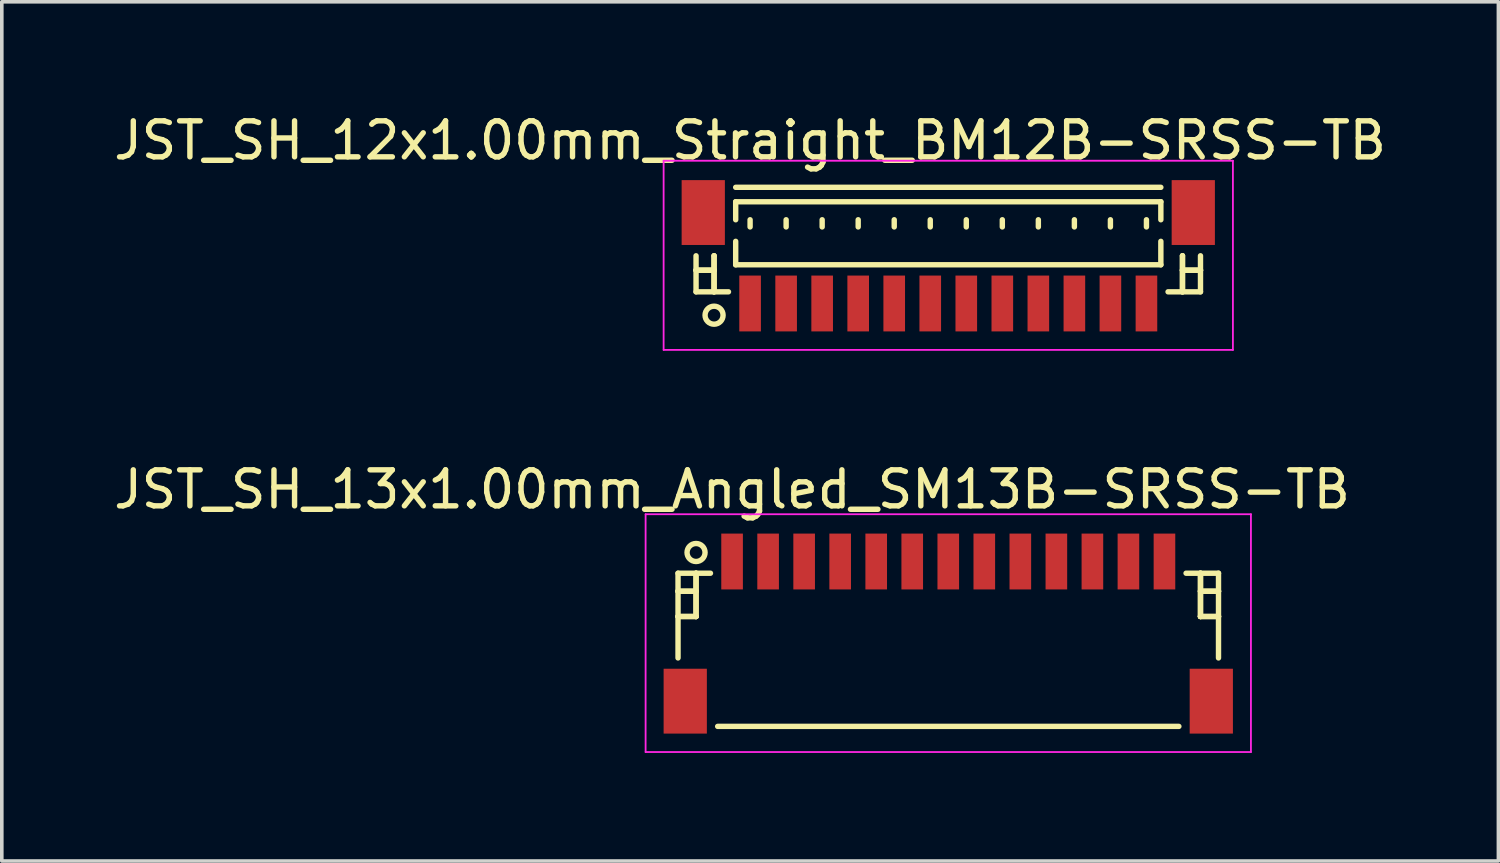
<source format=kicad_pcb>
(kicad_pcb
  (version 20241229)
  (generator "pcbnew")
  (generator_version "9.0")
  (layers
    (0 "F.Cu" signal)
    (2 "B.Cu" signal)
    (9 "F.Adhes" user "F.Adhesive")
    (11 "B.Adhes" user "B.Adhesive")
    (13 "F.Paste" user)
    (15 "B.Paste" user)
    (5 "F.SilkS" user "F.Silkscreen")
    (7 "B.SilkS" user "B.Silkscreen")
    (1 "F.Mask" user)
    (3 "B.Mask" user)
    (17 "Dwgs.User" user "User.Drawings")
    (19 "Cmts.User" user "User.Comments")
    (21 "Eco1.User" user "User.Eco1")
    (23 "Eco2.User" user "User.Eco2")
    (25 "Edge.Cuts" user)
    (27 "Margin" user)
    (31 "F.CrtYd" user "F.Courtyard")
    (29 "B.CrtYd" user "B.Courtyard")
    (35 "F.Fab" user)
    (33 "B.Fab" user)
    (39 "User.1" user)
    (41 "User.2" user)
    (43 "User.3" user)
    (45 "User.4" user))
  (footprint "JST_SH_12x1.00mm_Straight_BM12B-SRSS-TB"
    (layer "F.Cu")
    (at 23.268 4.111)
    (property "Reference" "JST_SH_12x1.00mm_Straight_BM12B-SRSS-TB" (at -5.5 -3.263 0) (layer "F.SilkS") (effects (font (size 1 1) (thickness 0.15))))
    (attr smd)
    (fp_line (start -7 -0.062) (end -7 0.938) (stroke (width 0.15) (type solid)) (layer "F.SilkS"))
    (fp_line (start -7 0.338) (end -7 0.338) (stroke (width 0.15) (type solid)) (layer "F.SilkS"))
    (fp_line (start -7 0.338) (end -6.5 0.338) (stroke (width 0.15) (type solid)) (layer "F.SilkS"))
    (fp_line (start -7 0.938) (end -6.1 0.938) (stroke (width 0.15) (type solid)) (layer "F.SilkS"))
    (fp_line (start -6.5 -0.062) (end -6.5 -0.062) (stroke (width 0.15) (type solid)) (layer "F.SilkS"))
    (fp_line (start -6.5 -0.062) (end -6.5 0.938) (stroke (width 0.15) (type solid)) (layer "F.SilkS"))
    (fp_line (start -6.5 0.338) (end -7 0.338) (stroke (width 0.15) (type solid)) (layer "F.SilkS"))
    (fp_line (start -6.5 0.338) (end -6.5 0.338) (stroke (width 0.15) (type solid)) (layer "F.SilkS"))
    (fp_line (start -6.5 0.938) (end -6.5 -0.062) (stroke (width 0.15) (type solid)) (layer "F.SilkS"))
    (fp_line (start -6.5 0.938) (end -6.5 0.938) (stroke (width 0.15) (type solid)) (layer "F.SilkS"))
    (fp_line (start -5.9 -1.962) (end 5.9 -1.962) (stroke (width 0.15) (type solid)) (layer "F.SilkS"))
    (fp_line (start -5.9 -1.562) (end 5.9 -1.562) (stroke (width 0.15) (type solid)) (layer "F.SilkS"))
    (fp_line (start -5.9 -1.062) (end -5.9 -1.562) (stroke (width 0.15) (type solid)) (layer "F.SilkS"))
    (fp_line (start -5.9 -0.463) (end -5.9 0.188) (stroke (width 0.15) (type solid)) (layer "F.SilkS"))
    (fp_line (start -5.9 0.188) (end 5.9 0.188) (stroke (width 0.15) (type solid)) (layer "F.SilkS"))
    (fp_line (start -5.5 -1.062) (end -5.5 -0.863) (stroke (width 0.15) (type solid)) (layer "F.SilkS"))
    (fp_line (start -4.5 -1.062) (end -4.5 -0.863) (stroke (width 0.15) (type solid)) (layer "F.SilkS"))
    (fp_line (start -3.5 -1.062) (end -3.5 -0.863) (stroke (width 0.15) (type solid)) (layer "F.SilkS"))
    (fp_line (start -2.5 -1.062) (end -2.5 -0.863) (stroke (width 0.15) (type solid)) (layer "F.SilkS"))
    (fp_line (start -1.5 -1.062) (end -1.5 -0.863) (stroke (width 0.15) (type solid)) (layer "F.SilkS"))
    (fp_line (start -0.5 -1.062) (end -0.5 -0.863) (stroke (width 0.15) (type solid)) (layer "F.SilkS"))
    (fp_line (start 0.5 -1.062) (end 0.5 -0.863) (stroke (width 0.15) (type solid)) (layer "F.SilkS"))
    (fp_line (start 1.5 -1.062) (end 1.5 -0.863) (stroke (width 0.15) (type solid)) (layer "F.SilkS"))
    (fp_line (start 2.5 -1.062) (end 2.5 -0.863) (stroke (width 0.15) (type solid)) (layer "F.SilkS"))
    (fp_line (start 3.5 -1.062) (end 3.5 -0.863) (stroke (width 0.15) (type solid)) (layer "F.SilkS"))
    (fp_line (start 4.5 -1.062) (end 4.5 -0.863) (stroke (width 0.15) (type solid)) (layer "F.SilkS"))
    (fp_line (start 5.5 -1.062) (end 5.5 -0.863) (stroke (width 0.15) (type solid)) (layer "F.SilkS"))
    (fp_line (start 5.9 -1.562) (end 5.9 -1.062) (stroke (width 0.15) (type solid)) (layer "F.SilkS"))
    (fp_line (start 5.9 0.188) (end 5.9 -0.463) (stroke (width 0.15) (type solid)) (layer "F.SilkS"))
    (fp_line (start 6.5 -0.062) (end 6.5 -0.062) (stroke (width 0.15) (type solid)) (layer "F.SilkS"))
    (fp_line (start 6.5 -0.062) (end 6.5 0.938) (stroke (width 0.15) (type solid)) (layer "F.SilkS"))
    (fp_line (start 6.5 0.338) (end 6.5 0.338) (stroke (width 0.15) (type solid)) (layer "F.SilkS"))
    (fp_line (start 6.5 0.338) (end 7 0.338) (stroke (width 0.15) (type solid)) (layer "F.SilkS"))
    (fp_line (start 6.5 0.938) (end 6.5 -0.062) (stroke (width 0.15) (type solid)) (layer "F.SilkS"))
    (fp_line (start 6.5 0.938) (end 6.5 0.938) (stroke (width 0.15) (type solid)) (layer "F.SilkS"))
    (fp_line (start 7 -0.062) (end 7 0.938) (stroke (width 0.15) (type solid)) (layer "F.SilkS"))
    (fp_line (start 7 0.338) (end 6.5 0.338) (stroke (width 0.15) (type solid)) (layer "F.SilkS"))
    (fp_line (start 7 0.338) (end 7 0.338) (stroke (width 0.15) (type solid)) (layer "F.SilkS"))
    (fp_line (start 7 0.938) (end 6.1 0.938) (stroke (width 0.15) (type solid)) (layer "F.SilkS"))
    (fp_circle (center -6.5 1.587) (end -6.25 1.587) (stroke (width 0.15) (type solid)) (fill no) (layer "F.SilkS"))
    (fp_line (start -7.9 -2.7) (end 7.9 -2.7) (stroke (width 0.05) (type solid)) (layer "F.CrtYd"))
    (fp_line (start -7.9 2.55) (end -7.9 -2.7) (stroke (width 0.05) (type solid)) (layer "F.CrtYd"))
    (fp_line (start 7.9 -2.7) (end 7.9 2.55) (stroke (width 0.05) (type solid)) (layer "F.CrtYd"))
    (fp_line (start 7.9 2.55) (end -7.9 2.55) (stroke (width 0.05) (type solid)) (layer "F.CrtYd"))
    (pad "" smd rect (at -6.8 -1.262) (size 1.2 1.8) (layers "F.Cu" "F.Mask" "F.Paste"))
    (pad "" smd rect (at 6.8 -1.262) (size 1.2 1.8) (layers "F.Cu" "F.Mask" "F.Paste"))
    (pad "1" smd rect (at -5.5 1.262) (size 0.6 1.55) (layers "F.Cu" "F.Mask" "F.Paste"))
    (pad "2" smd rect (at -4.5 1.262) (size 0.6 1.55) (layers "F.Cu" "F.Mask" "F.Paste"))
    (pad "3" smd rect (at -3.5 1.262) (size 0.6 1.55) (layers "F.Cu" "F.Mask" "F.Paste"))
    (pad "4" smd rect (at -2.5 1.262) (size 0.6 1.55) (layers "F.Cu" "F.Mask" "F.Paste"))
    (pad "5" smd rect (at -1.5 1.262) (size 0.6 1.55) (layers "F.Cu" "F.Mask" "F.Paste"))
    (pad "6" smd rect (at -0.5 1.262) (size 0.6 1.55) (layers "F.Cu" "F.Mask" "F.Paste"))
    (pad "7" smd rect (at 0.5 1.262) (size 0.6 1.55) (layers "F.Cu" "F.Mask" "F.Paste"))
    (pad "8" smd rect (at 1.5 1.262) (size 0.6 1.55) (layers "F.Cu" "F.Mask" "F.Paste"))
    (pad "9" smd rect (at 2.5 1.262) (size 0.6 1.55) (layers "F.Cu" "F.Mask" "F.Paste"))
    (pad "10" smd rect (at 3.5 1.262) (size 0.6 1.55) (layers "F.Cu" "F.Mask" "F.Paste"))
    (pad "11" smd rect (at 4.5 1.262) (size 0.6 1.55) (layers "F.Cu" "F.Mask" "F.Paste"))
    (pad "12" smd rect (at 5.5 1.262) (size 0.6 1.55) (layers "F.Cu" "F.Mask" "F.Paste")))
  (footprint "JST_SH_13x1.00mm_Angled_SM13B-SRSS-TB"
    (layer "F.Cu")
    (at 23.268 14.472)
    (property "Reference" "JST_SH_13x1.00mm_Angled_SM13B-SRSS-TB" (at -6 -3.938 0) (layer "F.SilkS") (effects (font (size 1 1) (thickness 0.15))))
    (attr smd)
    (fp_line (start -7.5 -1.613) (end -6.6 -1.613) (stroke (width 0.15) (type solid)) (layer "F.SilkS"))
    (fp_line (start -7.5 -1.113) (end -7.5 -1.113) (stroke (width 0.15) (type solid)) (layer "F.SilkS"))
    (fp_line (start -7.5 -1.113) (end -7 -1.113) (stroke (width 0.15) (type solid)) (layer "F.SilkS"))
    (fp_line (start -7.5 -0.412) (end -7.5 -0.412) (stroke (width 0.15) (type solid)) (layer "F.SilkS"))
    (fp_line (start -7.5 -0.412) (end -7 -0.412) (stroke (width 0.15) (type solid)) (layer "F.SilkS"))
    (fp_line (start -7.5 0.738) (end -7.5 -1.613) (stroke (width 0.15) (type solid)) (layer "F.SilkS"))
    (fp_line (start -7 -1.613) (end -7 -1.613) (stroke (width 0.15) (type solid)) (layer "F.SilkS"))
    (fp_line (start -7 -1.613) (end -7 -0.412) (stroke (width 0.15) (type solid)) (layer "F.SilkS"))
    (fp_line (start -7 -1.113) (end -7.5 -1.113) (stroke (width 0.15) (type solid)) (layer "F.SilkS"))
    (fp_line (start -7 -1.113) (end -7 -1.113) (stroke (width 0.15) (type solid)) (layer "F.SilkS"))
    (fp_line (start -7 -0.412) (end -7.5 -0.412) (stroke (width 0.15) (type solid)) (layer "F.SilkS"))
    (fp_line (start -7 -0.412) (end -7 -1.613) (stroke (width 0.15) (type solid)) (layer "F.SilkS"))
    (fp_line (start -7 -0.412) (end -7 -0.412) (stroke (width 0.15) (type solid)) (layer "F.SilkS"))
    (fp_line (start -7 -0.412) (end -7 -0.412) (stroke (width 0.15) (type solid)) (layer "F.SilkS"))
    (fp_line (start -6.4 2.638) (end 6.4 2.638) (stroke (width 0.15) (type solid)) (layer "F.SilkS"))
    (fp_line (start 7 -1.613) (end 7 -1.613) (stroke (width 0.15) (type solid)) (layer "F.SilkS"))
    (fp_line (start 7 -1.613) (end 7 -0.412) (stroke (width 0.15) (type solid)) (layer "F.SilkS"))
    (fp_line (start 7 -1.113) (end 7 -1.113) (stroke (width 0.15) (type solid)) (layer "F.SilkS"))
    (fp_line (start 7 -1.113) (end 7.5 -1.113) (stroke (width 0.15) (type solid)) (layer "F.SilkS"))
    (fp_line (start 7 -0.412) (end 7 -1.613) (stroke (width 0.15) (type solid)) (layer "F.SilkS"))
    (fp_line (start 7 -0.412) (end 7 -0.412) (stroke (width 0.15) (type solid)) (layer "F.SilkS"))
    (fp_line (start 7 -0.412) (end 7 -0.412) (stroke (width 0.15) (type solid)) (layer "F.SilkS"))
    (fp_line (start 7 -0.412) (end 7.5 -0.412) (stroke (width 0.15) (type solid)) (layer "F.SilkS"))
    (fp_line (start 7.5 -1.613) (end 6.6 -1.613) (stroke (width 0.15) (type solid)) (layer "F.SilkS"))
    (fp_line (start 7.5 -1.113) (end 7 -1.113) (stroke (width 0.15) (type solid)) (layer "F.SilkS"))
    (fp_line (start 7.5 -1.113) (end 7.5 -1.113) (stroke (width 0.15) (type solid)) (layer "F.SilkS"))
    (fp_line (start 7.5 -0.412) (end 7 -0.412) (stroke (width 0.15) (type solid)) (layer "F.SilkS"))
    (fp_line (start 7.5 -0.412) (end 7.5 -0.412) (stroke (width 0.15) (type solid)) (layer "F.SilkS"))
    (fp_line (start 7.5 0.738) (end 7.5 -1.613) (stroke (width 0.15) (type solid)) (layer "F.SilkS"))
    (fp_circle (center -7 -2.188) (end -6.75 -2.188) (stroke (width 0.15) (type solid)) (fill no) (layer "F.SilkS"))
    (fp_line (start -8.4 -3.25) (end 8.4 -3.25) (stroke (width 0.05) (type solid)) (layer "F.CrtYd"))
    (fp_line (start -8.4 3.35) (end -8.4 -3.25) (stroke (width 0.05) (type solid)) (layer "F.CrtYd"))
    (fp_line (start 8.4 -3.25) (end 8.4 3.35) (stroke (width 0.05) (type solid)) (layer "F.CrtYd"))
    (fp_line (start 8.4 3.35) (end -8.4 3.35) (stroke (width 0.05) (type solid)) (layer "F.CrtYd"))
    (pad "" smd rect (at -7.3 1.938) (size 1.2 1.8) (layers "F.Cu" "F.Mask" "F.Paste"))
    (pad "" smd rect (at 7.3 1.938) (size 1.2 1.8) (layers "F.Cu" "F.Mask" "F.Paste"))
    (pad "1" smd rect (at -6 -1.938) (size 0.6 1.55) (layers "F.Cu" "F.Mask" "F.Paste"))
    (pad "2" smd rect (at -5 -1.938) (size 0.6 1.55) (layers "F.Cu" "F.Mask" "F.Paste"))
    (pad "3" smd rect (at -4 -1.938) (size 0.6 1.55) (layers "F.Cu" "F.Mask" "F.Paste"))
    (pad "4" smd rect (at -3 -1.938) (size 0.6 1.55) (layers "F.Cu" "F.Mask" "F.Paste"))
    (pad "5" smd rect (at -2 -1.938) (size 0.6 1.55) (layers "F.Cu" "F.Mask" "F.Paste"))
    (pad "6" smd rect (at -1 -1.938) (size 0.6 1.55) (layers "F.Cu" "F.Mask" "F.Paste"))
    (pad "7" smd rect (at 0 -1.938) (size 0.6 1.55) (layers "F.Cu" "F.Mask" "F.Paste"))
    (pad "8" smd rect (at 1 -1.938) (size 0.6 1.55) (layers "F.Cu" "F.Mask" "F.Paste"))
    (pad "9" smd rect (at 2 -1.938) (size 0.6 1.55) (layers "F.Cu" "F.Mask" "F.Paste"))
    (pad "10" smd rect (at 3 -1.938) (size 0.6 1.55) (layers "F.Cu" "F.Mask" "F.Paste"))
    (pad "11" smd rect (at 4 -1.938) (size 0.6 1.55) (layers "F.Cu" "F.Mask" "F.Paste"))
    (pad "12" smd rect (at 5 -1.938) (size 0.6 1.55) (layers "F.Cu" "F.Mask" "F.Paste"))
    (pad "13" smd rect (at 6 -1.938) (size 0.6 1.55) (layers "F.Cu" "F.Mask" "F.Paste")))
  (gr_rect
    (start -3 -3)
    (end 38.536 20.846)
    (stroke (width 0.1) (type default))
    (fill no)
    (layer "Edge.Cuts")))
</source>
